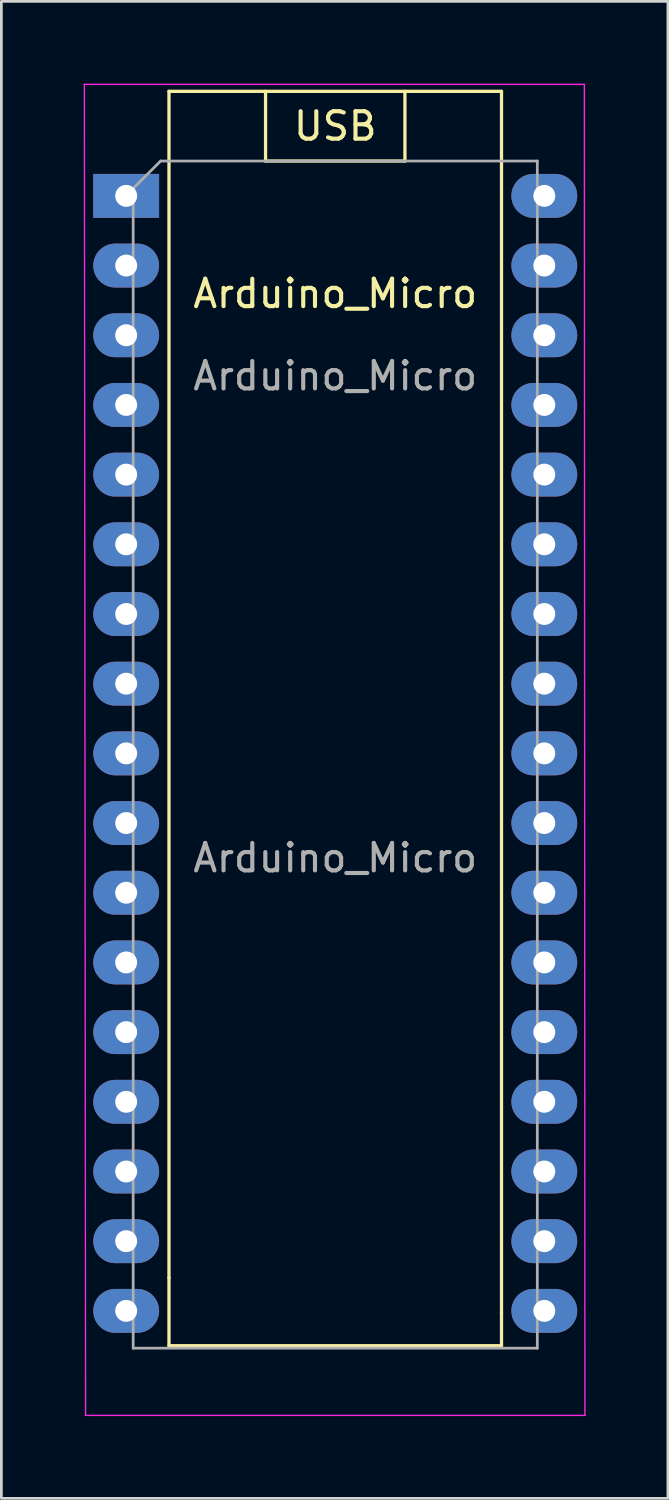
<source format=kicad_pcb>
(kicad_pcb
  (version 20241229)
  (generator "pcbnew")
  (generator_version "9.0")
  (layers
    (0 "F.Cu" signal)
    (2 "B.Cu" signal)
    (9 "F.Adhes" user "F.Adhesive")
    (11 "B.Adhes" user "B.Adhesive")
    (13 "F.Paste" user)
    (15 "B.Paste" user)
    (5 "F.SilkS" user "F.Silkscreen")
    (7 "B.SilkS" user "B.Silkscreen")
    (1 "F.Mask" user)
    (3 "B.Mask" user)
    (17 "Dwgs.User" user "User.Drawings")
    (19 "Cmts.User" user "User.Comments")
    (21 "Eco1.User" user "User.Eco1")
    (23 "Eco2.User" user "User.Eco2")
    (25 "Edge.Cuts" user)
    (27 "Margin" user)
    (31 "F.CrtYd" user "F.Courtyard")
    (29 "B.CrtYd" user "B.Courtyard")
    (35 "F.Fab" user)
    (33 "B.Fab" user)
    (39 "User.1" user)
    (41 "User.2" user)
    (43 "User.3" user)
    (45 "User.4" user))
  (footprint "Arduino_Micro"
    (layer "F.Cu")
    (at 9.169 8.153)
    (property "Reference" "Arduino_Micro" (at 0 -0.5 0) (unlocked yes) (layer "F.SilkS") (effects (font (size 1 1) (thickness 0.15))))
    (attr through_hole)
    (fp_line (start -6.06 -7.874) (end -6.06 35.366) (stroke (width 0.12) (type solid)) (layer "F.SilkS"))
    (fp_line (start -6.06 -7.874) (end 6.06 -7.874) (stroke (width 0.12) (type solid)) (layer "F.SilkS"))
    (fp_line (start -6.06 35.366) (end -6.06 37.846) (stroke (width 0.12) (type solid)) (layer "F.SilkS"))
    (fp_line (start -6.06 37.846) (end 6.06 37.846) (stroke (width 0.12) (type solid)) (layer "F.SilkS"))
    (fp_line (start -2.54 -5.334) (end -2.54 -7.874) (stroke (width 0.12) (type solid)) (layer "F.SilkS"))
    (fp_line (start -2.54 -5.334) (end 2.54 -5.334) (stroke (width 0.12) (type solid)) (layer "F.SilkS"))
    (fp_line (start 2.54 -5.334) (end 2.54 -7.874) (stroke (width 0.12) (type solid)) (layer "F.SilkS"))
    (fp_line (start 6.06 36.636) (end 6.06 -7.874) (stroke (width 0.12) (type solid)) (layer "F.SilkS"))
    (fp_line (start 6.06 36.636) (end 6.06 37.846) (stroke (width 0.12) (type solid)) (layer "F.SilkS"))
    (fp_line (start -9.144 -8.128) (end -9.1 40.386) (stroke (width 0.05) (type solid)) (layer "F.CrtYd"))
    (fp_line (start -9.1 40.386) (end 9.1 40.386) (stroke (width 0.05) (type solid)) (layer "F.CrtYd"))
    (fp_line (start 9.08 -8.128) (end -9.144 -8.128) (stroke (width 0.05) (type solid)) (layer "F.CrtYd"))
    (fp_line (start 9.1 40.386) (end 9.08 -8.128) (stroke (width 0.05) (type solid)) (layer "F.CrtYd"))
    (fp_line (start -7.365 -4.334) (end -6.365 -5.334) (stroke (width 0.1) (type solid)) (layer "F.Fab"))
    (fp_line (start -7.365 37.936) (end -7.365 -4.334) (stroke (width 0.1) (type solid)) (layer "F.Fab"))
    (fp_line (start -6.365 -5.334) (end 7.365 -5.334) (stroke (width 0.1) (type solid)) (layer "F.Fab"))
    (fp_line (start 7.365 -5.334) (end 7.365 37.936) (stroke (width 0.1) (type solid)) (layer "F.Fab"))
    (fp_line (start 7.365 37.936) (end -7.365 37.936) (stroke (width 0.1) (type solid)) (layer "F.Fab"))
    (fp_text user "USB" (at 0 -6.604 0) (unlocked yes) (layer "F.SilkS") (effects (font (size 1 1) (thickness 0.15))))
    (fp_text user "${REFERENCE}" (at 0 2.5 0) (unlocked yes) (layer "F.Fab") (effects (font (size 1 1) (thickness 0.15))))
    (fp_text user "${REFERENCE}" (at 0 20.066 0) (layer "F.Fab") (effects (font (size 1 1) (thickness 0.15))))
    (pad "1" thru_hole rect (at -7.62 -4.064) (size 2.4 1.6) (drill 0.8) (layers "*.Cu" "*.Mask"))
    (pad "2" thru_hole oval (at -7.62 -1.524) (size 2.4 1.6) (drill 0.8) (layers "*.Cu" "*.Mask"))
    (pad "3" thru_hole oval (at -7.62 1.016) (size 2.4 1.6) (drill 0.8) (layers "*.Cu" "*.Mask"))
    (pad "4" thru_hole oval (at -7.62 3.556) (size 2.4 1.6) (drill 0.8) (layers "*.Cu" "*.Mask"))
    (pad "5" thru_hole oval (at -7.62 6.096) (size 2.4 1.6) (drill 0.8) (layers "*.Cu" "*.Mask"))
    (pad "6" thru_hole oval (at -7.62 8.636) (size 2.4 1.6) (drill 0.8) (layers "*.Cu" "*.Mask"))
    (pad "7" thru_hole oval (at -7.62 11.176) (size 2.4 1.6) (drill 0.8) (layers "*.Cu" "*.Mask"))
    (pad "8" thru_hole oval (at -7.62 13.716) (size 2.4 1.6) (drill 0.8) (layers "*.Cu" "*.Mask"))
    (pad "9" thru_hole oval (at -7.62 16.256) (size 2.4 1.6) (drill 0.8) (layers "*.Cu" "*.Mask"))
    (pad "10" thru_hole oval (at -7.62 18.796) (size 2.4 1.6) (drill 0.8) (layers "*.Cu" "*.Mask"))
    (pad "11" thru_hole oval (at -7.62 21.336) (size 2.4 1.6) (drill 0.8) (layers "*.Cu" "*.Mask"))
    (pad "12" thru_hole oval (at -7.62 23.876) (size 2.4 1.6) (drill 0.8) (layers "*.Cu" "*.Mask"))
    (pad "13" thru_hole oval (at -7.62 26.416) (size 2.4 1.6) (drill 0.8) (layers "*.Cu" "*.Mask"))
    (pad "14" thru_hole oval (at -7.62 28.956) (size 2.4 1.6) (drill 0.8) (layers "*.Cu" "*.Mask"))
    (pad "15" thru_hole oval (at -7.62 31.496) (size 2.4 1.6) (drill 0.8) (layers "*.Cu" "*.Mask"))
    (pad "16" thru_hole oval (at -7.62 34.036) (size 2.4 1.6) (drill 0.8) (layers "*.Cu" "*.Mask"))
    (pad "17" thru_hole oval (at -7.62 36.576) (size 2.4 1.6) (drill 0.8) (layers "*.Cu" "*.Mask"))
    (pad "18" thru_hole oval (at 7.62 36.576) (size 2.4 1.6) (drill 0.8) (layers "*.Cu" "*.Mask"))
    (pad "19" thru_hole oval (at 7.62 34.036) (size 2.4 1.6) (drill 0.8) (layers "*.Cu" "*.Mask"))
    (pad "20" thru_hole oval (at 7.62 31.496) (size 2.4 1.6) (drill 0.8) (layers "*.Cu" "*.Mask"))
    (pad "21" thru_hole oval (at 7.62 28.956) (size 2.4 1.6) (drill 0.8) (layers "*.Cu" "*.Mask"))
    (pad "22" thru_hole oval (at 7.62 26.416) (size 2.4 1.6) (drill 0.8) (layers "*.Cu" "*.Mask"))
    (pad "23" thru_hole oval (at 7.62 23.876) (size 2.4 1.6) (drill 0.8) (layers "*.Cu" "*.Mask"))
    (pad "24" thru_hole oval (at 7.62 21.336) (size 2.4 1.6) (drill 0.8) (layers "*.Cu" "*.Mask"))
    (pad "25" thru_hole oval (at 7.62 18.796) (size 2.4 1.6) (drill 0.8) (layers "*.Cu" "*.Mask"))
    (pad "26" thru_hole oval (at 7.62 16.256) (size 2.4 1.6) (drill 0.8) (layers "*.Cu" "*.Mask"))
    (pad "27" thru_hole oval (at 7.62 13.716) (size 2.4 1.6) (drill 0.8) (layers "*.Cu" "*.Mask"))
    (pad "28" thru_hole oval (at 7.62 11.176) (size 2.4 1.6) (drill 0.8) (layers "*.Cu" "*.Mask"))
    (pad "29" thru_hole oval (at 7.62 8.636) (size 2.4 1.6) (drill 0.8) (layers "*.Cu" "*.Mask"))
    (pad "30" thru_hole oval (at 7.62 6.096) (size 2.4 1.6) (drill 0.8) (layers "*.Cu" "*.Mask"))
    (pad "31" thru_hole oval (at 7.62 3.556) (size 2.4 1.6) (drill 0.8) (layers "*.Cu" "*.Mask"))
    (pad "32" thru_hole oval (at 7.62 1.016) (size 2.4 1.6) (drill 0.8) (layers "*.Cu" "*.Mask"))
    (pad "33" thru_hole oval (at 7.62 -1.524) (size 2.4 1.6) (drill 0.8) (layers "*.Cu" "*.Mask"))
    (pad "34" thru_hole oval (at 7.62 -4.064) (size 2.4 1.6) (drill 0.8) (layers "*.Cu" "*.Mask")))
  (gr_rect
    (start -3 -3)
    (end 21.294 51.564)
    (stroke (width 0.1) (type default))
    (fill no)
    (layer "Edge.Cuts")))
</source>
